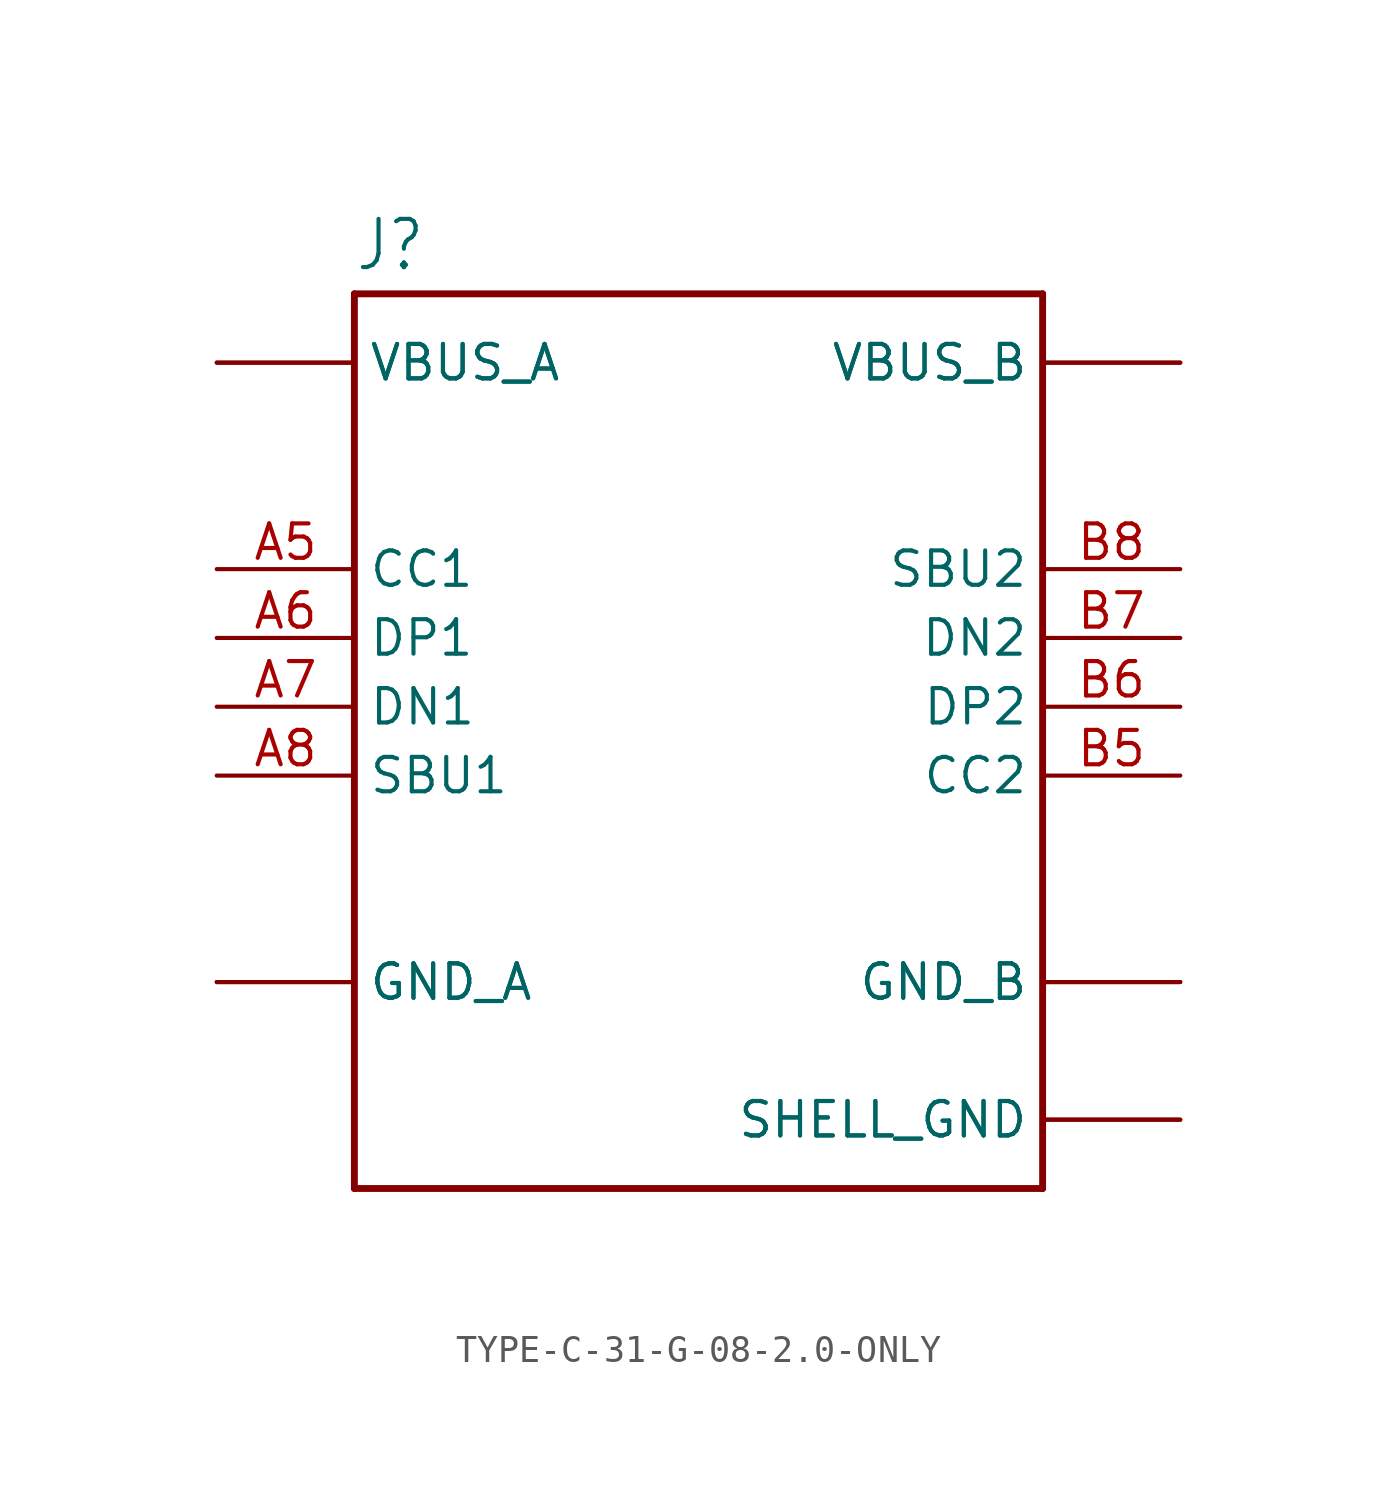
<source format=kicad_sym>
(kicad_symbol_lib
  (version 20220914)
  (generator kicad_symbol_editor)
  (symbol "TYPE-C-31-G-08-2.0-ONLY"
    (property "Reference" "J"
      (at -12.7 16.002 0)
      (effects (font (size 1.778 1.511)) (justify left bottom)))
    (property "Value" ""
      (at -12.7 -18.542 0)
      (effects (font (size 1.778 1.511)) (justify left top)))
    (property "ki_locked" ""
      (at 0 0 0)
      (effects (font (size 1.27 1.27))))
    (symbol "TYPE-C-31-G-08-2.0-ONLY_1_0"
      (polyline (pts (xy -12.7 -17.78) (xy -12.7 15.24)) (stroke (width 0.254) (type solid)) (fill (type none)))
      (polyline (pts (xy -12.7 15.24) (xy 12.7 15.24)) (stroke (width 0.254) (type solid)) (fill (type none)))
      (polyline (pts (xy 12.7 -17.78) (xy -12.7 -17.78)) (stroke (width 0.254) (type solid)) (fill (type none)))
      (polyline (pts (xy 12.7 15.24) (xy 12.7 -17.78)) (stroke (width 0.254) (type solid)) (fill (type none)))
      (pin power_in line (at -17.78 -10.16 0) (length 5.08) (name "GND_A" (effects (font (size 1.27 1.27)))) (number "A1" (effects (font (size 0 0)))))
      (pin power_in line (at -17.78 -10.16 0) (length 5.08) (name "GND_A" (effects (font (size 1.27 1.27)))) (number "A12" (effects (font (size 0 0)))))
      (pin power_in line (at -17.78 12.7 0) (length 5.08) (name "VBUS_A" (effects (font (size 1.27 1.27)))) (number "A4" (effects (font (size 0 0)))))
      (pin bidirectional line (at -17.78 5.08 0) (length 5.08) (name "CC1" (effects (font (size 1.27 1.27)))) (number "A5" (effects (font (size 1.27 1.27)))))
      (pin bidirectional line (at -17.78 2.54 0) (length 5.08) (name "DP1" (effects (font (size 1.27 1.27)))) (number "A6" (effects (font (size 1.27 1.27)))))
      (pin bidirectional line (at -17.78 0 0) (length 5.08) (name "DN1" (effects (font (size 1.27 1.27)))) (number "A7" (effects (font (size 1.27 1.27)))))
      (pin bidirectional line (at -17.78 -2.54 0) (length 5.08) (name "SBU1" (effects (font (size 1.27 1.27)))) (number "A8" (effects (font (size 1.27 1.27)))))
      (pin power_in line (at -17.78 12.7 0) (length 5.08) (name "VBUS_A" (effects (font (size 1.27 1.27)))) (number "A9" (effects (font (size 0 0)))))
      (pin power_in line (at 17.78 -10.16 180) (length 5.08) (name "GND_B" (effects (font (size 1.27 1.27)))) (number "B1" (effects (font (size 0 0)))))
      (pin power_in line (at 17.78 -10.16 180) (length 5.08) (name "GND_B" (effects (font (size 1.27 1.27)))) (number "B12" (effects (font (size 0 0)))))
      (pin power_in line (at 17.78 12.7 180) (length 5.08) (name "VBUS_B" (effects (font (size 1.27 1.27)))) (number "B4" (effects (font (size 0 0)))))
      (pin bidirectional line (at 17.78 -2.54 180) (length 5.08) (name "CC2" (effects (font (size 1.27 1.27)))) (number "B5" (effects (font (size 1.27 1.27)))))
      (pin bidirectional line (at 17.78 0 180) (length 5.08) (name "DP2" (effects (font (size 1.27 1.27)))) (number "B6" (effects (font (size 1.27 1.27)))))
      (pin bidirectional line (at 17.78 2.54 180) (length 5.08) (name "DN2" (effects (font (size 1.27 1.27)))) (number "B7" (effects (font (size 1.27 1.27)))))
      (pin bidirectional line (at 17.78 5.08 180) (length 5.08) (name "SBU2" (effects (font (size 1.27 1.27)))) (number "B8" (effects (font (size 1.27 1.27)))))
      (pin power_in line (at 17.78 12.7 180) (length 5.08) (name "VBUS_B" (effects (font (size 1.27 1.27)))) (number "B9" (effects (font (size 0 0)))))
      (pin power_in line (at 17.78 -15.24 180) (length 5.08) (name "SHELL_GND" (effects (font (size 1.27 1.27)))) (number "S1" (effects (font (size 0 0)))))
      (pin power_in line (at 17.78 -15.24 180) (length 5.08) (name "SHELL_GND" (effects (font (size 1.27 1.27)))) (number "S2" (effects (font (size 0 0))))))))
</source>
